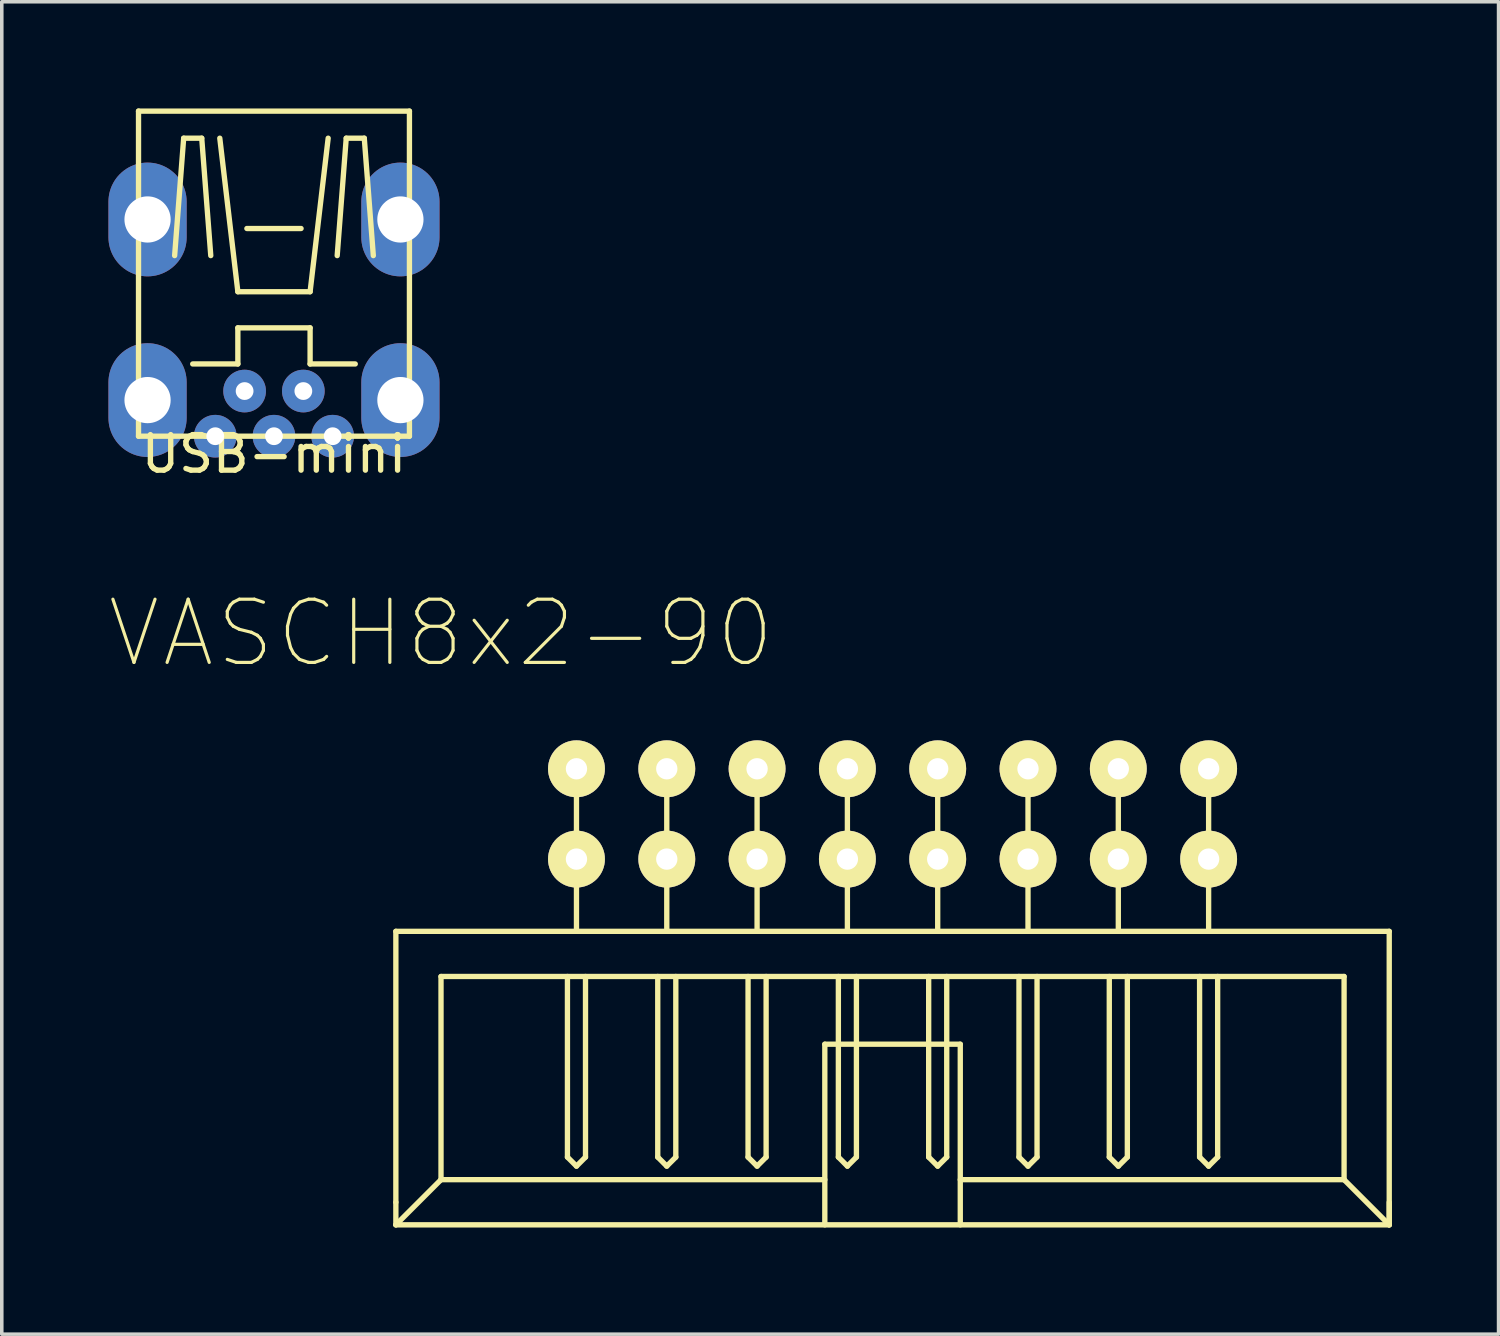
<source format=kicad_pcb>
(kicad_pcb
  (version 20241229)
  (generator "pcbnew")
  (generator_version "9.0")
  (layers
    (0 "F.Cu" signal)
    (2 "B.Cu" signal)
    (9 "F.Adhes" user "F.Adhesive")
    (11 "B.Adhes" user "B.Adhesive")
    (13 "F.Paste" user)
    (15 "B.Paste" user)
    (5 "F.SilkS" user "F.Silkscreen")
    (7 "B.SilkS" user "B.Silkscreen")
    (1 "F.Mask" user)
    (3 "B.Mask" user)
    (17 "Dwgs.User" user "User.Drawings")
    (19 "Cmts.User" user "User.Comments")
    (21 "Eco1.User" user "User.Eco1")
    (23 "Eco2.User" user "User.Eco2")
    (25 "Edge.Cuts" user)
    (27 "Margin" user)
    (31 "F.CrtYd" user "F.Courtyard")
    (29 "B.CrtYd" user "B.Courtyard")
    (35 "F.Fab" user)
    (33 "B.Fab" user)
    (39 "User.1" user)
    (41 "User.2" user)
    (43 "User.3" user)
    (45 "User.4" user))
  (footprint "VASCH8x2-90"
    (layer "F.Cu")
    (at 22.054 19.843)
    (property "Reference" "VASCH8x2-90" (at -12.7 -5.08 0) (layer "F.SilkS") (effects (font (size 1.778 1.778) (thickness 0.089))))
    (attr exclude_from_pos_files exclude_from_bom)
    (fp_line (start -13.97 3.302) (end -13.97 10.922) (stroke (width 0.15) (type solid)) (layer "F.SilkS"))
    (fp_line (start -13.97 3.302) (end 13.97 3.302) (stroke (width 0.15) (type solid)) (layer "F.SilkS"))
    (fp_line (start -13.97 10.922) (end -13.97 11.557) (stroke (width 0.15) (type solid)) (layer "F.SilkS"))
    (fp_line (start -12.7 4.572) (end 12.7 4.572) (stroke (width 0.15) (type solid)) (layer "F.SilkS"))
    (fp_line (start -12.7 10.287) (end -13.97 11.557) (stroke (width 0.15) (type solid)) (layer "F.SilkS"))
    (fp_line (start -12.7 10.287) (end -12.7 4.572) (stroke (width 0.15) (type solid)) (layer "F.SilkS"))
    (fp_line (start -12.7 10.287) (end -1.905 10.287) (stroke (width 0.15) (type solid)) (layer "F.SilkS"))
    (fp_line (start -9.144 4.572) (end -9.144 9.652) (stroke (width 0.15) (type solid)) (layer "F.SilkS"))
    (fp_line (start -9.144 9.652) (end -8.89 9.906) (stroke (width 0.15) (type solid)) (layer "F.SilkS"))
    (fp_line (start -8.89 -1.778) (end -8.89 3.302) (stroke (width 0.15) (type solid)) (layer "F.SilkS"))
    (fp_line (start -8.89 9.906) (end -8.636 9.652) (stroke (width 0.15) (type solid)) (layer "F.SilkS"))
    (fp_line (start -8.636 9.652) (end -8.636 4.572) (stroke (width 0.15) (type solid)) (layer "F.SilkS"))
    (fp_line (start -6.604 4.572) (end -6.604 9.652) (stroke (width 0.15) (type solid)) (layer "F.SilkS"))
    (fp_line (start -6.604 9.652) (end -6.35 9.906) (stroke (width 0.15) (type solid)) (layer "F.SilkS"))
    (fp_line (start -6.35 -1.778) (end -6.35 3.302) (stroke (width 0.15) (type solid)) (layer "F.SilkS"))
    (fp_line (start -6.35 9.906) (end -6.096 9.652) (stroke (width 0.15) (type solid)) (layer "F.SilkS"))
    (fp_line (start -6.096 9.652) (end -6.096 4.572) (stroke (width 0.15) (type solid)) (layer "F.SilkS"))
    (fp_line (start -4.064 4.572) (end -4.064 9.652) (stroke (width 0.15) (type solid)) (layer "F.SilkS"))
    (fp_line (start -4.064 9.652) (end -3.81 9.906) (stroke (width 0.15) (type solid)) (layer "F.SilkS"))
    (fp_line (start -3.81 -1.778) (end -3.81 3.302) (stroke (width 0.15) (type solid)) (layer "F.SilkS"))
    (fp_line (start -3.81 9.906) (end -3.556 9.652) (stroke (width 0.15) (type solid)) (layer "F.SilkS"))
    (fp_line (start -3.556 9.652) (end -3.556 4.572) (stroke (width 0.15) (type solid)) (layer "F.SilkS"))
    (fp_line (start -1.905 6.477) (end -1.905 11.557) (stroke (width 0.15) (type solid)) (layer "F.SilkS"))
    (fp_line (start -1.905 6.477) (end 1.905 6.477) (stroke (width 0.15) (type solid)) (layer "F.SilkS"))
    (fp_line (start -1.524 4.572) (end -1.524 9.652) (stroke (width 0.15) (type solid)) (layer "F.SilkS"))
    (fp_line (start -1.524 9.652) (end -1.27 9.906) (stroke (width 0.15) (type solid)) (layer "F.SilkS"))
    (fp_line (start -1.27 -1.778) (end -1.27 3.302) (stroke (width 0.15) (type solid)) (layer "F.SilkS"))
    (fp_line (start -1.27 9.906) (end -1.016 9.652) (stroke (width 0.15) (type solid)) (layer "F.SilkS"))
    (fp_line (start -1.016 9.652) (end -1.016 4.572) (stroke (width 0.15) (type solid)) (layer "F.SilkS"))
    (fp_line (start 1.016 4.572) (end 1.016 9.652) (stroke (width 0.15) (type solid)) (layer "F.SilkS"))
    (fp_line (start 1.016 9.652) (end 1.27 9.906) (stroke (width 0.15) (type solid)) (layer "F.SilkS"))
    (fp_line (start 1.27 -1.778) (end 1.27 3.302) (stroke (width 0.15) (type solid)) (layer "F.SilkS"))
    (fp_line (start 1.27 9.906) (end 1.524 9.652) (stroke (width 0.15) (type solid)) (layer "F.SilkS"))
    (fp_line (start 1.524 9.652) (end 1.524 4.572) (stroke (width 0.15) (type solid)) (layer "F.SilkS"))
    (fp_line (start 1.905 6.477) (end 1.905 11.557) (stroke (width 0.15) (type solid)) (layer "F.SilkS"))
    (fp_line (start 1.905 10.287) (end 12.7 10.287) (stroke (width 0.15) (type solid)) (layer "F.SilkS"))
    (fp_line (start 3.556 4.572) (end 3.556 9.652) (stroke (width 0.15) (type solid)) (layer "F.SilkS"))
    (fp_line (start 3.556 9.652) (end 3.81 9.906) (stroke (width 0.15) (type solid)) (layer "F.SilkS"))
    (fp_line (start 3.81 -1.778) (end 3.81 3.302) (stroke (width 0.15) (type solid)) (layer "F.SilkS"))
    (fp_line (start 3.81 9.906) (end 4.064 9.652) (stroke (width 0.15) (type solid)) (layer "F.SilkS"))
    (fp_line (start 4.064 9.652) (end 4.064 4.572) (stroke (width 0.15) (type solid)) (layer "F.SilkS"))
    (fp_line (start 6.096 4.572) (end 6.096 9.652) (stroke (width 0.15) (type solid)) (layer "F.SilkS"))
    (fp_line (start 6.096 9.652) (end 6.35 9.906) (stroke (width 0.15) (type solid)) (layer "F.SilkS"))
    (fp_line (start 6.35 -1.778) (end 6.35 3.302) (stroke (width 0.15) (type solid)) (layer "F.SilkS"))
    (fp_line (start 6.35 9.906) (end 6.604 9.652) (stroke (width 0.15) (type solid)) (layer "F.SilkS"))
    (fp_line (start 6.604 9.652) (end 6.604 4.572) (stroke (width 0.15) (type solid)) (layer "F.SilkS"))
    (fp_line (start 8.636 4.572) (end 8.636 9.652) (stroke (width 0.15) (type solid)) (layer "F.SilkS"))
    (fp_line (start 8.636 9.652) (end 8.89 9.906) (stroke (width 0.15) (type solid)) (layer "F.SilkS"))
    (fp_line (start 8.89 -1.778) (end 8.89 3.302) (stroke (width 0.15) (type solid)) (layer "F.SilkS"))
    (fp_line (start 8.89 9.906) (end 9.144 9.652) (stroke (width 0.15) (type solid)) (layer "F.SilkS"))
    (fp_line (start 9.144 9.652) (end 9.144 4.572) (stroke (width 0.15) (type solid)) (layer "F.SilkS"))
    (fp_line (start 12.7 4.572) (end 12.7 10.287) (stroke (width 0.15) (type solid)) (layer "F.SilkS"))
    (fp_line (start 12.7 10.287) (end 13.97 11.557) (stroke (width 0.15) (type solid)) (layer "F.SilkS"))
    (fp_line (start 13.97 3.302) (end 13.97 11.557) (stroke (width 0.15) (type solid)) (layer "F.SilkS"))
    (fp_line (start 13.97 11.557) (end -13.97 11.557) (stroke (width 0.15) (type solid)) (layer "F.SilkS"))
    (fp_line (start 13.97 11.557) (end 13.97 10.922) (stroke (width 0.15) (type solid)) (layer "F.SilkS"))
    (pad "1" thru_hole circle (at -8.89 1.27) (size 1.6 1.6) (drill 0.6) (layers "*.Cu" "F.Mask" "F.SilkS" "F.Paste"))
    (pad "2" thru_hole circle (at -8.89 -1.27) (size 1.6 1.6) (drill 0.6) (layers "*.Cu" "F.Mask" "F.SilkS" "F.Paste"))
    (pad "3" thru_hole circle (at -6.35 1.27) (size 1.6 1.6) (drill 0.6) (layers "*.Cu" "F.Mask" "F.SilkS" "F.Paste"))
    (pad "4" thru_hole circle (at -6.35 -1.27) (size 1.6 1.6) (drill 0.6) (layers "*.Cu" "F.Mask" "F.SilkS" "F.Paste"))
    (pad "5" thru_hole circle (at -3.81 1.27) (size 1.6 1.6) (drill 0.6) (layers "*.Cu" "F.Mask" "F.SilkS" "F.Paste"))
    (pad "6" thru_hole circle (at -3.81 -1.27) (size 1.6 1.6) (drill 0.6) (layers "*.Cu" "F.Mask" "F.SilkS" "F.Paste"))
    (pad "7" thru_hole circle (at -1.27 1.27) (size 1.6 1.6) (drill 0.6) (layers "*.Cu" "F.Mask" "F.SilkS" "F.Paste"))
    (pad "8" thru_hole circle (at -1.27 -1.27) (size 1.6 1.6) (drill 0.6) (layers "*.Cu" "F.Mask" "F.SilkS" "F.Paste"))
    (pad "9" thru_hole circle (at 1.27 1.27) (size 1.6 1.6) (drill 0.6) (layers "*.Cu" "F.Mask" "F.SilkS" "F.Paste"))
    (pad "10" thru_hole circle (at 1.27 -1.27) (size 1.6 1.6) (drill 0.6) (layers "*.Cu" "F.Mask" "F.SilkS" "F.Paste"))
    (pad "11" thru_hole circle (at 3.81 1.27) (size 1.6 1.6) (drill 0.6) (layers "*.Cu" "F.Mask" "F.SilkS" "F.Paste"))
    (pad "12" thru_hole circle (at 3.81 -1.27) (size 1.6 1.6) (drill 0.6) (layers "*.Cu" "F.Mask" "F.SilkS" "F.Paste"))
    (pad "13" thru_hole circle (at 6.35 1.27) (size 1.6 1.6) (drill 0.6) (layers "*.Cu" "F.Mask" "F.SilkS" "F.Paste"))
    (pad "14" thru_hole circle (at 6.35 -1.27) (size 1.6 1.6) (drill 0.6) (layers "*.Cu" "F.Mask" "F.SilkS" "F.Paste"))
    (pad "15" thru_hole circle (at 8.89 1.27) (size 1.6 1.6) (drill 0.6) (layers "*.Cu" "F.Mask" "F.SilkS" "F.Paste"))
    (pad "16" thru_hole circle (at 8.89 -1.27) (size 1.6 1.6) (drill 0.6) (layers "*.Cu" "F.Mask" "F.SilkS" "F.Paste")))
  (footprint "USB-mini"
    (layer "F.Cu")
    (at 4.656 9.219)
    (property "Reference" "USB-mini" (at 0 0.5 0) (layer "F.SilkS") (effects (font (size 1 1) (thickness 0.15))))
    (attr through_hole)
    (fp_line (start -3.81 -9.144) (end -3.81 0) (stroke (width 0.15) (type solid)) (layer "F.SilkS"))
    (fp_line (start -3.81 0) (end 3.81 0) (stroke (width 0.15) (type solid)) (layer "F.SilkS"))
    (fp_line (start -2.794 -5.08) (end -2.54 -8.382) (stroke (width 0.15) (type solid)) (layer "F.SilkS"))
    (fp_line (start -2.54 -8.382) (end -2.032 -8.382) (stroke (width 0.15) (type solid)) (layer "F.SilkS"))
    (fp_line (start -2.286 -2.032) (end -1.016 -2.032) (stroke (width 0.15) (type solid)) (layer "F.SilkS"))
    (fp_line (start -2.032 -8.382) (end -1.778 -5.08) (stroke (width 0.15) (type solid)) (layer "F.SilkS"))
    (fp_line (start -1.524 -8.382) (end -1.016 -4.064) (stroke (width 0.15) (type solid)) (layer "F.SilkS"))
    (fp_line (start -1.016 -4.064) (end 1.016 -4.064) (stroke (width 0.15) (type solid)) (layer "F.SilkS"))
    (fp_line (start -1.016 -3.048) (end 1.016 -3.048) (stroke (width 0.15) (type solid)) (layer "F.SilkS"))
    (fp_line (start -1.016 -2.032) (end -1.016 -3.048) (stroke (width 0.15) (type solid)) (layer "F.SilkS"))
    (fp_line (start -0.762 -5.842) (end 0.762 -5.842) (stroke (width 0.15) (type solid)) (layer "F.SilkS"))
    (fp_line (start 1.016 -4.064) (end 1.524 -8.382) (stroke (width 0.15) (type solid)) (layer "F.SilkS"))
    (fp_line (start 1.016 -3.048) (end 1.016 -2.032) (stroke (width 0.15) (type solid)) (layer "F.SilkS"))
    (fp_line (start 1.016 -2.032) (end 2.286 -2.032) (stroke (width 0.15) (type solid)) (layer "F.SilkS"))
    (fp_line (start 2.032 -8.382) (end 1.778 -5.08) (stroke (width 0.15) (type solid)) (layer "F.SilkS"))
    (fp_line (start 2.032 -8.382) (end 2.54 -8.382) (stroke (width 0.15) (type solid)) (layer "F.SilkS"))
    (fp_line (start 2.794 -5.08) (end 2.54 -8.382) (stroke (width 0.15) (type solid)) (layer "F.SilkS"))
    (fp_line (start 3.81 -9.144) (end -3.81 -9.144) (stroke (width 0.15) (type solid)) (layer "F.SilkS"))
    (fp_line (start 3.81 0) (end 3.81 -9.144) (stroke (width 0.15) (type solid)) (layer "F.SilkS"))
    (pad "1" thru_hole circle (at 1.651 0) (size 1.2 1.2) (drill 0.5) (layers "*.Cu" "*.Mask"))
    (pad "2" thru_hole circle (at 0.826 -1.27) (size 1.2 1.2) (drill 0.5) (layers "*.Cu" "*.Mask"))
    (pad "3" thru_hole circle (at 0 0) (size 1.2 1.2) (drill 0.5) (layers "*.Cu" "*.Mask"))
    (pad "4" thru_hole circle (at -0.826 -1.27) (size 1.2 1.2) (drill 0.5) (layers "*.Cu" "*.Mask"))
    (pad "5" thru_hole circle (at -1.651 0) (size 1.2 1.2) (drill 0.5) (layers "*.Cu" "*.Mask"))
    (pad "6" thru_hole oval (at -3.556 -6.096) (size 2.2 3.2) (drill 1.3) (layers "*.Cu" "*.Mask"))
    (pad "6" thru_hole oval (at -3.556 -1.016) (size 2.2 3.2) (drill 1.3) (layers "*.Cu" "*.Mask"))
    (pad "6" thru_hole oval (at 3.556 -6.096) (size 2.2 3.2) (drill 1.3) (layers "*.Cu" "*.Mask"))
    (pad "6" thru_hole oval (at 3.556 -1.016) (size 2.2 3.2) (drill 1.3) (layers "*.Cu" "*.Mask")))
  (gr_rect
    (start -3 -3)
    (end 39.099 34.475)
    (stroke (width 0.1) (type default))
    (fill no)
    (layer "Edge.Cuts")))
</source>
